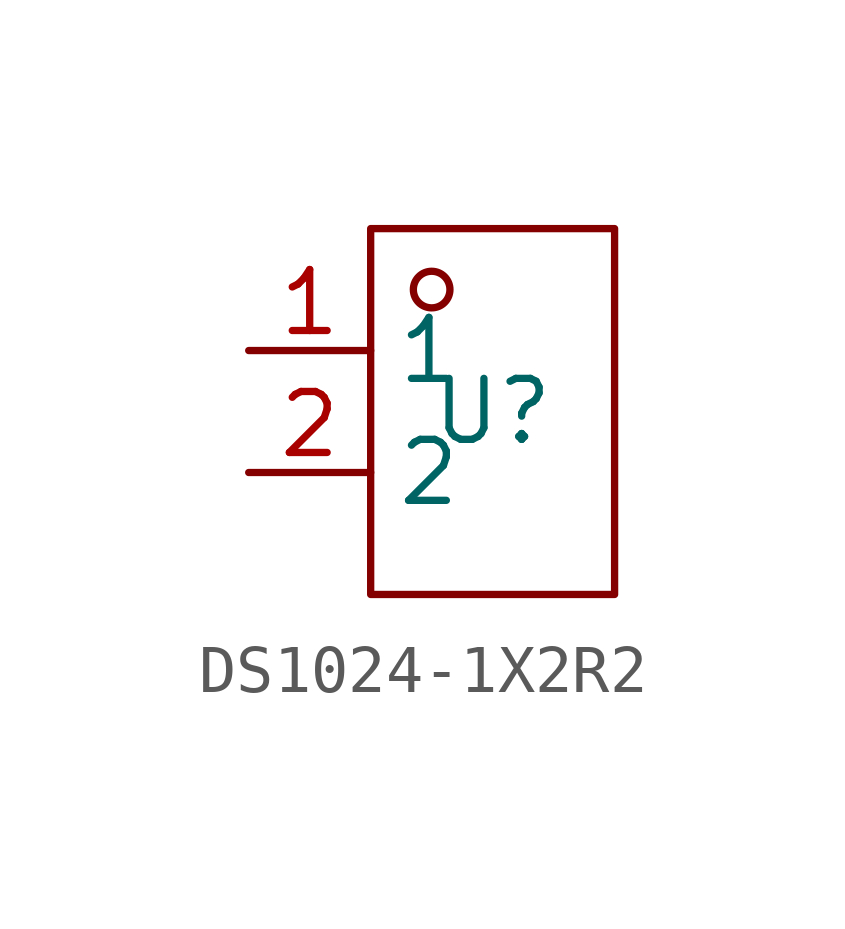
<source format=kicad_sym>
(kicad_symbol_lib
  (version 20241209)
  (generator "kicad_symbol_editor")
  (generator_version "9.0")
  (symbol "DS1024-1X2R2"
    (property "Reference" "U"
      (at 0 0 0)
      (effects (font (size 1.27 1.27))))
    (property "Value" ""
      (at 0 0 0)
      (effects (font (size 1.27 1.27))))
    (symbol "DS1024-1X2R2_1_0"
      (rectangle (start -2.54 -3.81) (end 2.54 3.81) (stroke (width 0) (type default)) (fill (type none)))
      (circle (center -1.27 2.54) (radius 0.381) (stroke (width 0) (type default)) (fill (type none)))
      (pin unspecified line (at -5.08 1.27 0) (length 2.54) (name "1" (effects (font (size 1.27 1.27)))) (number "1" (effects (font (size 1.27 1.27)))))
      (pin unspecified line (at -5.08 -1.27 0) (length 2.54) (name "2" (effects (font (size 1.27 1.27)))) (number "2" (effects (font (size 1.27 1.27))))))))
</source>
